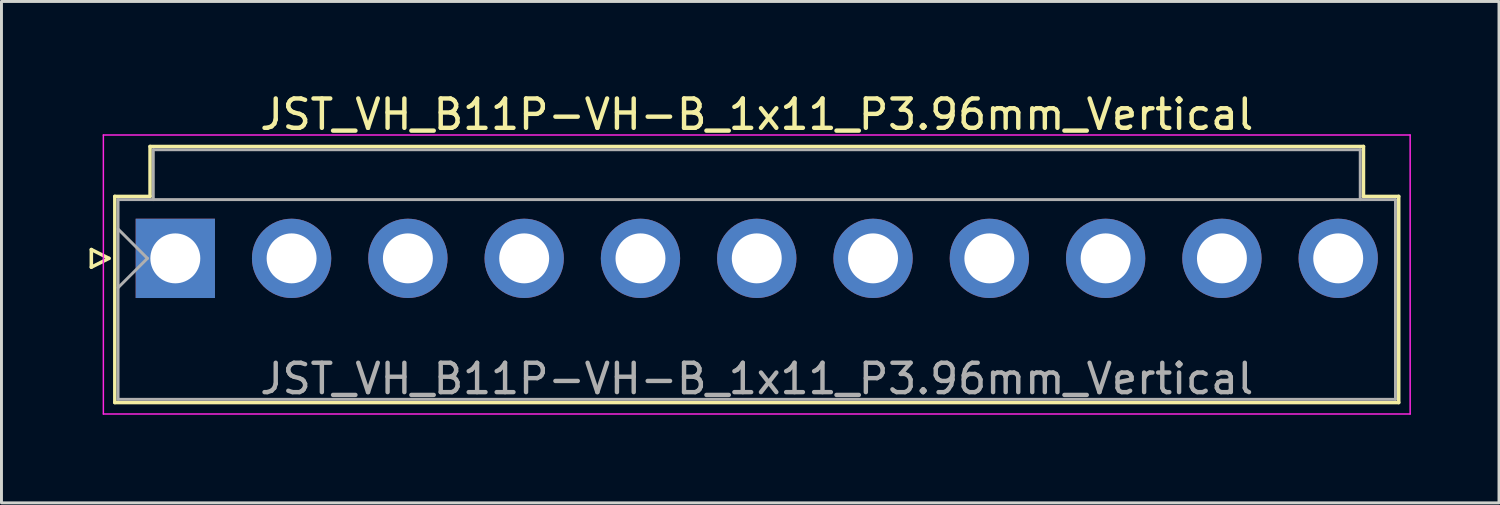
<source format=kicad_pcb>
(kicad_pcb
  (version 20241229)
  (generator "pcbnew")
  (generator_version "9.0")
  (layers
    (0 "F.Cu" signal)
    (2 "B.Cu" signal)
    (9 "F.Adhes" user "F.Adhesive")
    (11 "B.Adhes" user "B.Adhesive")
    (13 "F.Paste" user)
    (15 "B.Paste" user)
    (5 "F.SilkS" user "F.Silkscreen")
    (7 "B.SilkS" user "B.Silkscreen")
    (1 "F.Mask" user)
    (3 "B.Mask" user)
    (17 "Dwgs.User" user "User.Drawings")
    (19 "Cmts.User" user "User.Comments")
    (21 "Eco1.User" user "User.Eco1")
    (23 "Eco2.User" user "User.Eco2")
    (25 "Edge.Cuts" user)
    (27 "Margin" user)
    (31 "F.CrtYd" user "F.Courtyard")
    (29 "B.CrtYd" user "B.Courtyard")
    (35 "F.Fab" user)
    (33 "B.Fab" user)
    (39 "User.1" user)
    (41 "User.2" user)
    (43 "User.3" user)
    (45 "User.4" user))
  (footprint "JST_VH_B11P-VH-B_1x11_P3.96mm_Vertical"
    (layer "F.Cu")
    (at 2.92 5.748)
    (property "Reference" "JST_VH_B11P-VH-B_1x11_P3.96mm_Vertical" (at 19.8 -4.9 0) (layer "F.SilkS") (effects (font (size 1 1) (thickness 0.15))))
    (attr through_hole)
    (fp_line (start -2.86 -0.3) (end -2.26 0) (stroke (width 0.12) (type solid)) (layer "F.SilkS"))
    (fp_line (start -2.86 0.3) (end -2.86 -0.3) (stroke (width 0.12) (type solid)) (layer "F.SilkS"))
    (fp_line (start -2.26 0) (end -2.86 0.3) (stroke (width 0.12) (type solid)) (layer "F.SilkS"))
    (fp_line (start -2.06 -2.11) (end -0.86 -2.11) (stroke (width 0.12) (type solid)) (layer "F.SilkS"))
    (fp_line (start -2.06 4.91) (end -2.06 -2.11) (stroke (width 0.12) (type solid)) (layer "F.SilkS"))
    (fp_line (start -0.86 -3.81) (end 40.46 -3.81) (stroke (width 0.12) (type solid)) (layer "F.SilkS"))
    (fp_line (start -0.86 -2.11) (end -0.86 -3.81) (stroke (width 0.12) (type solid)) (layer "F.SilkS"))
    (fp_line (start 40.46 -3.81) (end 40.46 -2.11) (stroke (width 0.12) (type solid)) (layer "F.SilkS"))
    (fp_line (start 40.46 -2.11) (end 41.66 -2.11) (stroke (width 0.12) (type solid)) (layer "F.SilkS"))
    (fp_line (start 41.66 -2.11) (end 41.66 4.91) (stroke (width 0.12) (type solid)) (layer "F.SilkS"))
    (fp_line (start 41.66 4.91) (end -2.06 4.91) (stroke (width 0.12) (type solid)) (layer "F.SilkS"))
    (fp_line (start -2.45 -4.2) (end -2.45 5.3) (stroke (width 0.05) (type solid)) (layer "F.CrtYd"))
    (fp_line (start -2.45 5.3) (end 42.05 5.3) (stroke (width 0.05) (type solid)) (layer "F.CrtYd"))
    (fp_line (start 42.05 -4.2) (end -2.45 -4.2) (stroke (width 0.05) (type solid)) (layer "F.CrtYd"))
    (fp_line (start 42.05 5.3) (end 42.05 -4.2) (stroke (width 0.05) (type solid)) (layer "F.CrtYd"))
    (fp_line (start -1.95 -2) (end -1.95 4.8) (stroke (width 0.1) (type solid)) (layer "F.Fab"))
    (fp_line (start -1.95 -1) (end -0.95 0) (stroke (width 0.1) (type solid)) (layer "F.Fab"))
    (fp_line (start -1.95 1) (end -0.95 0) (stroke (width 0.1) (type solid)) (layer "F.Fab"))
    (fp_line (start -1.95 4.8) (end 41.55 4.8) (stroke (width 0.1) (type solid)) (layer "F.Fab"))
    (fp_line (start -0.75 -3.7) (end 40.35 -3.7) (stroke (width 0.1) (type solid)) (layer "F.Fab"))
    (fp_line (start -0.75 -2) (end -0.75 -3.7) (stroke (width 0.1) (type solid)) (layer "F.Fab"))
    (fp_line (start 40.35 -3.7) (end 40.35 -2) (stroke (width 0.1) (type solid)) (layer "F.Fab"))
    (fp_line (start 41.55 -2) (end -1.95 -2) (stroke (width 0.1) (type solid)) (layer "F.Fab"))
    (fp_line (start 41.55 4.8) (end 41.55 -2) (stroke (width 0.1) (type solid)) (layer "F.Fab"))
    (fp_text user "${REFERENCE}" (at 19.8 4.1 0) (layer "F.Fab") (effects (font (size 1 1) (thickness 0.15))))
    (pad "1" thru_hole rect (at 0 0) (size 2.7 2.7) (drill 1.7) (layers "*.Cu" "*.Mask"))
    (pad "2" thru_hole circle (at 3.96 0) (size 2.7 2.7) (drill 1.7) (layers "*.Cu" "*.Mask"))
    (pad "3" thru_hole circle (at 7.92 0) (size 2.7 2.7) (drill 1.7) (layers "*.Cu" "*.Mask"))
    (pad "4" thru_hole circle (at 11.88 0) (size 2.7 2.7) (drill 1.7) (layers "*.Cu" "*.Mask"))
    (pad "5" thru_hole circle (at 15.84 0) (size 2.7 2.7) (drill 1.7) (layers "*.Cu" "*.Mask"))
    (pad "6" thru_hole circle (at 19.8 0) (size 2.7 2.7) (drill 1.7) (layers "*.Cu" "*.Mask"))
    (pad "7" thru_hole circle (at 23.76 0) (size 2.7 2.7) (drill 1.7) (layers "*.Cu" "*.Mask"))
    (pad "8" thru_hole circle (at 27.72 0) (size 2.7 2.7) (drill 1.7) (layers "*.Cu" "*.Mask"))
    (pad "9" thru_hole circle (at 31.68 0) (size 2.7 2.7) (drill 1.7) (layers "*.Cu" "*.Mask"))
    (pad "10" thru_hole circle (at 35.64 0) (size 2.7 2.7) (drill 1.7) (layers "*.Cu" "*.Mask"))
    (pad "11" thru_hole circle (at 39.6 0) (size 2.7 2.7) (drill 1.7) (layers "*.Cu" "*.Mask")))
  (gr_rect
    (start -3 -3)
    (end 47.995 14.073)
    (stroke (width 0.1) (type default))
    (fill no)
    (layer "Edge.Cuts")))
</source>
